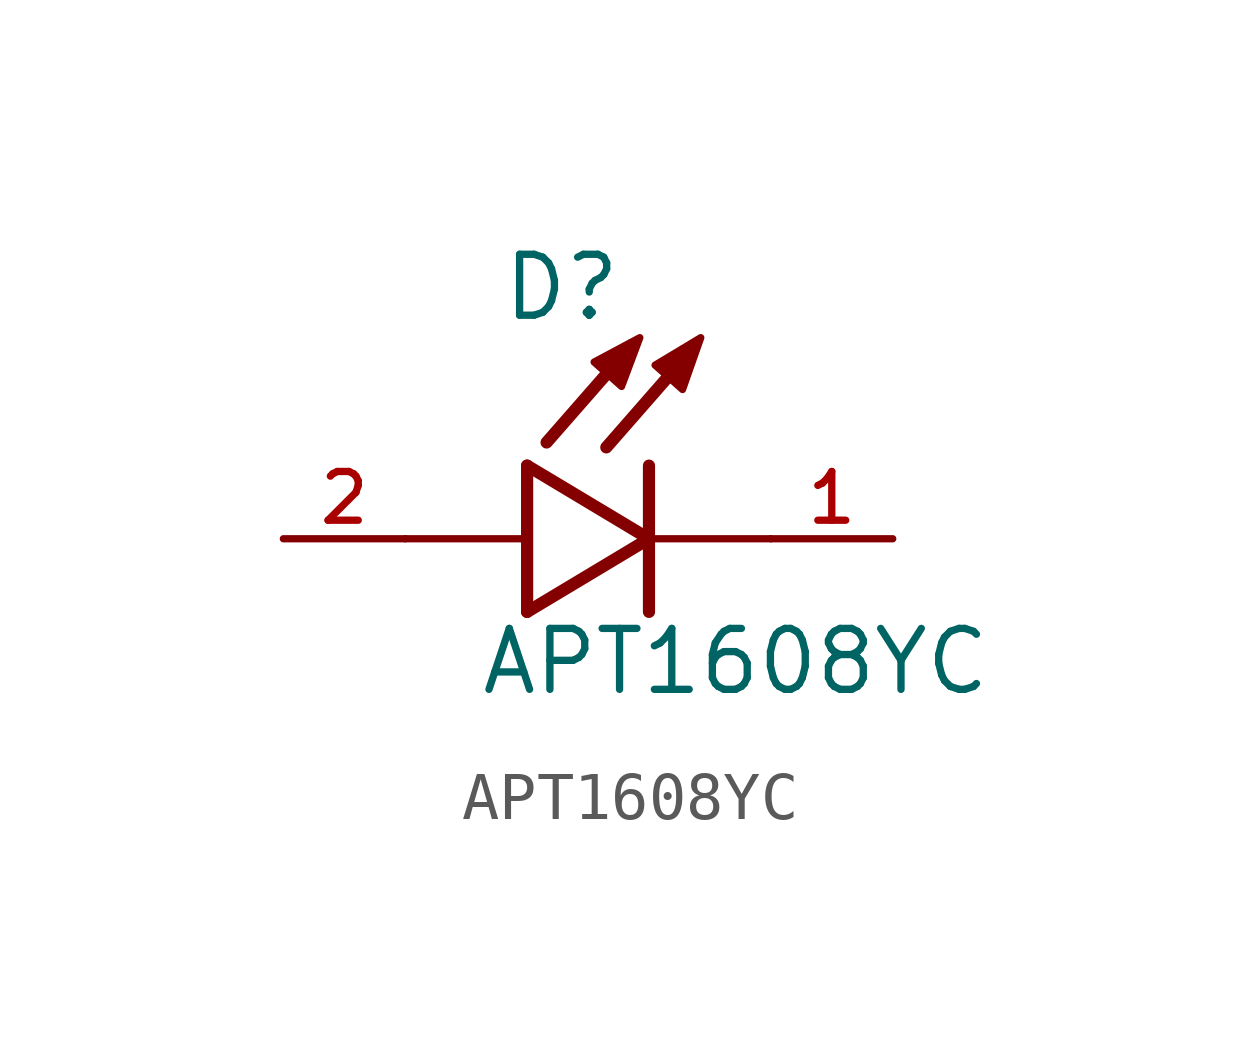
<source format=kicad_sym>
(kicad_symbol_lib
  (version 20231120)
  (generator "kicad_symbol_editor")
  (generator_version "8.0")
  (symbol "APT1608YC"
    (pin_names
      (offset 1.016))
    (property "Reference" "D"
      (at -3.099 4.496 0)
      (effects (font (size 1.27 1.27)) (justify left bottom)))
    (property "Value" "APT1608YC"
      (at -3.556 -3.302 0)
      (effects (font (size 1.27 1.27)) (justify left bottom)))
    (symbol "APT1608YC_0_0"
      (polyline (pts (xy -2.54 -1.524) (xy 0 0)) (stroke (width 0.254) (type default)) (fill (type none)))
      (polyline (pts (xy -2.54 0) (xy -5.08 0)) (stroke (width 0.152) (type default)) (fill (type none)))
      (polyline (pts (xy -2.54 1.524) (xy -2.54 -1.524)) (stroke (width 0.254) (type default)) (fill (type none)))
      (polyline (pts (xy -0.356 4.039) (xy -2.134 2.007)) (stroke (width 0.254) (type default)) (fill (type none)))
      (polyline (pts (xy 0 0) (xy -2.54 1.524)) (stroke (width 0.254) (type default)) (fill (type none)))
      (polyline (pts (xy 0 0) (xy 0 -1.524)) (stroke (width 0.254) (type default)) (fill (type none)))
      (polyline (pts (xy 0 1.524) (xy 0 0)) (stroke (width 0.254) (type default)) (fill (type none)))
      (polyline (pts (xy 0.889 3.937) (xy -0.889 1.905)) (stroke (width 0.254) (type default)) (fill (type none)))
      (polyline (pts (xy 2.54 0) (xy 0 0)) (stroke (width 0.152) (type default)) (fill (type none)))
      (polyline (pts (xy -1.143 3.683) (xy -0.572 3.175) (xy -0.191 4.191) (xy -1.143 3.683)) (stroke (width 0.152) (type default)) (fill (type outline)))
      (polyline (pts (xy 0.127 3.619) (xy 0.699 3.111) (xy 1.079 4.191) (xy 0.127 3.619)) (stroke (width 0.152) (type default)) (fill (type outline)))
      (pin passive line (at 5.08 0 180) (length 2.54) (name "~" (effects (font (size 1.016 1.016)))) (number "1" (effects (font (size 1.016 1.016)))))
      (pin passive line (at -7.62 0 0) (length 2.54) (name "~" (effects (font (size 1.016 1.016)))) (number "2" (effects (font (size 1.016 1.016))))))))
</source>
